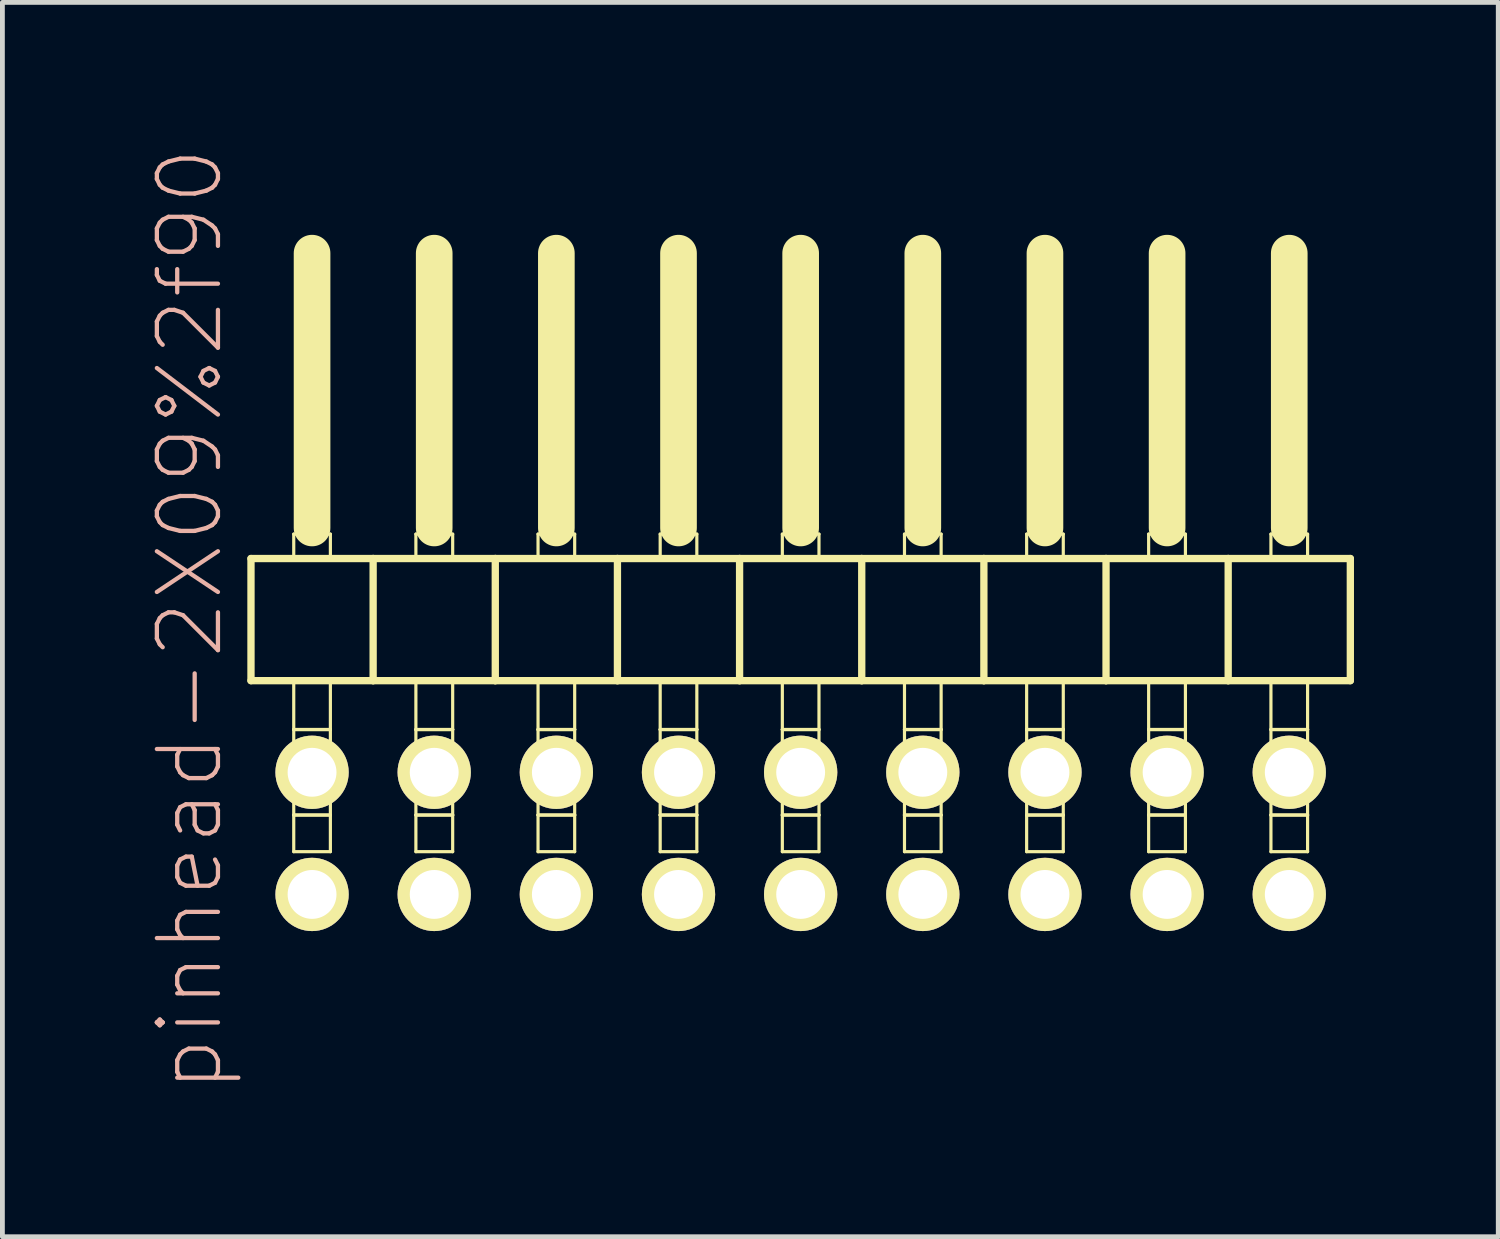
<source format=kicad_pcb>
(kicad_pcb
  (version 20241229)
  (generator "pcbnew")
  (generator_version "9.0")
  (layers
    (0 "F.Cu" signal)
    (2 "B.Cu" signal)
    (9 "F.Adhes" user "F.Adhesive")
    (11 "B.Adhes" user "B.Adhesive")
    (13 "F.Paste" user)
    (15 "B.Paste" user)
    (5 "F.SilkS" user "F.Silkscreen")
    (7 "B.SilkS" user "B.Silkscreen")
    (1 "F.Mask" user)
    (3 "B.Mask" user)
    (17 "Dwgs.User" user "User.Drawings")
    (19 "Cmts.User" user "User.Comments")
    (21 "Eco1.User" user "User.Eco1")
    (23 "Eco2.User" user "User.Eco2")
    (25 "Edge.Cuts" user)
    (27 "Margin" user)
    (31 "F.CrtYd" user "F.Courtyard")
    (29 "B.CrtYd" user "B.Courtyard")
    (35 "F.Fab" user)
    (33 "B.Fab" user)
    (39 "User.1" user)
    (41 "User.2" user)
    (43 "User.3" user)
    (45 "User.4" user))
  (footprint "pinhead-2X09%2f90"
    (layer "F.Cu")
    (at 13.599 9.199)
    (property "Reference" "pinhead-2X09%2f90" (at -12.7 0.635 90) (layer "B.SilkS") (effects (font (size 1.27 1.27) (thickness 0.089))))
    (attr exclude_from_pos_files exclude_from_bom)
    (fp_line (start -11.43 -0.635) (end -11.43 1.905) (stroke (width 0.152) (type solid)) (layer "F.SilkS"))
    (fp_line (start -11.43 1.905) (end -8.89 1.905) (stroke (width 0.152) (type solid)) (layer "F.SilkS"))
    (fp_line (start -10.541 -1.143) (end -9.779 -1.143) (stroke (width 0.066) (type solid)) (layer "F.SilkS"))
    (fp_line (start -10.541 -0.635) (end -10.541 -1.143) (stroke (width 0.066) (type solid)) (layer "F.SilkS"))
    (fp_line (start -10.541 -0.635) (end -9.779 -0.635) (stroke (width 0.066) (type solid)) (layer "F.SilkS"))
    (fp_line (start -10.541 1.905) (end -9.779 1.905) (stroke (width 0.066) (type solid)) (layer "F.SilkS"))
    (fp_line (start -10.541 2.921) (end -10.541 1.905) (stroke (width 0.066) (type solid)) (layer "F.SilkS"))
    (fp_line (start -10.541 2.921) (end -9.779 2.921) (stroke (width 0.066) (type solid)) (layer "F.SilkS"))
    (fp_line (start -10.541 2.921) (end -9.779 2.921) (stroke (width 0.066) (type solid)) (layer "F.SilkS"))
    (fp_line (start -10.541 4.699) (end -10.541 2.921) (stroke (width 0.066) (type solid)) (layer "F.SilkS"))
    (fp_line (start -10.541 4.699) (end -9.779 4.699) (stroke (width 0.066) (type solid)) (layer "F.SilkS"))
    (fp_line (start -10.541 4.699) (end -9.779 4.699) (stroke (width 0.066) (type solid)) (layer "F.SilkS"))
    (fp_line (start -10.541 5.461) (end -10.541 4.699) (stroke (width 0.066) (type solid)) (layer "F.SilkS"))
    (fp_line (start -10.541 5.461) (end -9.779 5.461) (stroke (width 0.066) (type solid)) (layer "F.SilkS"))
    (fp_line (start -10.16 -6.985) (end -10.16 -1.27) (stroke (width 0.762) (type solid)) (layer "F.SilkS"))
    (fp_line (start -9.779 -0.635) (end -9.779 -1.143) (stroke (width 0.066) (type solid)) (layer "F.SilkS"))
    (fp_line (start -9.779 2.921) (end -9.779 1.905) (stroke (width 0.066) (type solid)) (layer "F.SilkS"))
    (fp_line (start -9.779 4.699) (end -9.779 2.921) (stroke (width 0.066) (type solid)) (layer "F.SilkS"))
    (fp_line (start -9.779 5.461) (end -9.779 4.699) (stroke (width 0.066) (type solid)) (layer "F.SilkS"))
    (fp_line (start -8.89 -0.635) (end -11.43 -0.635) (stroke (width 0.152) (type solid)) (layer "F.SilkS"))
    (fp_line (start -8.89 1.905) (end -8.89 -0.635) (stroke (width 0.152) (type solid)) (layer "F.SilkS"))
    (fp_line (start -8.89 1.905) (end -6.35 1.905) (stroke (width 0.152) (type solid)) (layer "F.SilkS"))
    (fp_line (start -8.001 -1.143) (end -7.236 -1.143) (stroke (width 0.066) (type solid)) (layer "F.SilkS"))
    (fp_line (start -8.001 -0.635) (end -8.001 -1.143) (stroke (width 0.066) (type solid)) (layer "F.SilkS"))
    (fp_line (start -8.001 -0.635) (end -7.236 -0.635) (stroke (width 0.066) (type solid)) (layer "F.SilkS"))
    (fp_line (start -8.001 1.905) (end -7.236 1.905) (stroke (width 0.066) (type solid)) (layer "F.SilkS"))
    (fp_line (start -8.001 2.921) (end -8.001 1.905) (stroke (width 0.066) (type solid)) (layer "F.SilkS"))
    (fp_line (start -8.001 2.921) (end -7.236 2.921) (stroke (width 0.066) (type solid)) (layer "F.SilkS"))
    (fp_line (start -8.001 2.921) (end -7.236 2.921) (stroke (width 0.066) (type solid)) (layer "F.SilkS"))
    (fp_line (start -8.001 4.699) (end -8.001 2.921) (stroke (width 0.066) (type solid)) (layer "F.SilkS"))
    (fp_line (start -8.001 4.699) (end -7.236 4.699) (stroke (width 0.066) (type solid)) (layer "F.SilkS"))
    (fp_line (start -8.001 4.699) (end -7.236 4.699) (stroke (width 0.066) (type solid)) (layer "F.SilkS"))
    (fp_line (start -8.001 5.461) (end -8.001 4.699) (stroke (width 0.066) (type solid)) (layer "F.SilkS"))
    (fp_line (start -8.001 5.461) (end -7.236 5.461) (stroke (width 0.066) (type solid)) (layer "F.SilkS"))
    (fp_line (start -7.62 -6.985) (end -7.62 -1.27) (stroke (width 0.762) (type solid)) (layer "F.SilkS"))
    (fp_line (start -7.236 -0.635) (end -7.236 -1.143) (stroke (width 0.066) (type solid)) (layer "F.SilkS"))
    (fp_line (start -7.236 2.921) (end -7.236 1.905) (stroke (width 0.066) (type solid)) (layer "F.SilkS"))
    (fp_line (start -7.236 4.699) (end -7.236 2.921) (stroke (width 0.066) (type solid)) (layer "F.SilkS"))
    (fp_line (start -7.236 5.461) (end -7.236 4.699) (stroke (width 0.066) (type solid)) (layer "F.SilkS"))
    (fp_line (start -6.35 -0.635) (end -8.89 -0.635) (stroke (width 0.152) (type solid)) (layer "F.SilkS"))
    (fp_line (start -6.35 1.905) (end -6.35 -0.635) (stroke (width 0.152) (type solid)) (layer "F.SilkS"))
    (fp_line (start -6.35 1.905) (end -3.81 1.905) (stroke (width 0.152) (type solid)) (layer "F.SilkS"))
    (fp_line (start -5.461 -1.143) (end -4.699 -1.143) (stroke (width 0.066) (type solid)) (layer "F.SilkS"))
    (fp_line (start -5.461 -0.635) (end -5.461 -1.143) (stroke (width 0.066) (type solid)) (layer "F.SilkS"))
    (fp_line (start -5.461 -0.635) (end -4.699 -0.635) (stroke (width 0.066) (type solid)) (layer "F.SilkS"))
    (fp_line (start -5.461 1.905) (end -4.699 1.905) (stroke (width 0.066) (type solid)) (layer "F.SilkS"))
    (fp_line (start -5.461 2.921) (end -5.461 1.905) (stroke (width 0.066) (type solid)) (layer "F.SilkS"))
    (fp_line (start -5.461 2.921) (end -4.699 2.921) (stroke (width 0.066) (type solid)) (layer "F.SilkS"))
    (fp_line (start -5.461 2.921) (end -4.699 2.921) (stroke (width 0.066) (type solid)) (layer "F.SilkS"))
    (fp_line (start -5.461 4.699) (end -5.461 2.921) (stroke (width 0.066) (type solid)) (layer "F.SilkS"))
    (fp_line (start -5.461 4.699) (end -4.699 4.699) (stroke (width 0.066) (type solid)) (layer "F.SilkS"))
    (fp_line (start -5.461 4.699) (end -4.699 4.699) (stroke (width 0.066) (type solid)) (layer "F.SilkS"))
    (fp_line (start -5.461 5.461) (end -5.461 4.699) (stroke (width 0.066) (type solid)) (layer "F.SilkS"))
    (fp_line (start -5.461 5.461) (end -4.699 5.461) (stroke (width 0.066) (type solid)) (layer "F.SilkS"))
    (fp_line (start -5.08 -6.985) (end -5.08 -1.27) (stroke (width 0.762) (type solid)) (layer "F.SilkS"))
    (fp_line (start -4.699 -0.635) (end -4.699 -1.143) (stroke (width 0.066) (type solid)) (layer "F.SilkS"))
    (fp_line (start -4.699 2.921) (end -4.699 1.905) (stroke (width 0.066) (type solid)) (layer "F.SilkS"))
    (fp_line (start -4.699 4.699) (end -4.699 2.921) (stroke (width 0.066) (type solid)) (layer "F.SilkS"))
    (fp_line (start -4.699 5.461) (end -4.699 4.699) (stroke (width 0.066) (type solid)) (layer "F.SilkS"))
    (fp_line (start -3.81 -0.635) (end -6.35 -0.635) (stroke (width 0.152) (type solid)) (layer "F.SilkS"))
    (fp_line (start -3.81 1.905) (end -3.81 -0.635) (stroke (width 0.152) (type solid)) (layer "F.SilkS"))
    (fp_line (start -3.81 1.905) (end -1.27 1.905) (stroke (width 0.152) (type solid)) (layer "F.SilkS"))
    (fp_line (start -2.921 -1.143) (end -2.159 -1.143) (stroke (width 0.066) (type solid)) (layer "F.SilkS"))
    (fp_line (start -2.921 -0.635) (end -2.921 -1.143) (stroke (width 0.066) (type solid)) (layer "F.SilkS"))
    (fp_line (start -2.921 -0.635) (end -2.159 -0.635) (stroke (width 0.066) (type solid)) (layer "F.SilkS"))
    (fp_line (start -2.921 1.905) (end -2.159 1.905) (stroke (width 0.066) (type solid)) (layer "F.SilkS"))
    (fp_line (start -2.921 2.921) (end -2.921 1.905) (stroke (width 0.066) (type solid)) (layer "F.SilkS"))
    (fp_line (start -2.921 2.921) (end -2.159 2.921) (stroke (width 0.066) (type solid)) (layer "F.SilkS"))
    (fp_line (start -2.921 2.921) (end -2.159 2.921) (stroke (width 0.066) (type solid)) (layer "F.SilkS"))
    (fp_line (start -2.921 4.699) (end -2.921 2.921) (stroke (width 0.066) (type solid)) (layer "F.SilkS"))
    (fp_line (start -2.921 4.699) (end -2.159 4.699) (stroke (width 0.066) (type solid)) (layer "F.SilkS"))
    (fp_line (start -2.921 4.699) (end -2.159 4.699) (stroke (width 0.066) (type solid)) (layer "F.SilkS"))
    (fp_line (start -2.921 5.461) (end -2.921 4.699) (stroke (width 0.066) (type solid)) (layer "F.SilkS"))
    (fp_line (start -2.921 5.461) (end -2.159 5.461) (stroke (width 0.066) (type solid)) (layer "F.SilkS"))
    (fp_line (start -2.54 -6.985) (end -2.54 -1.27) (stroke (width 0.762) (type solid)) (layer "F.SilkS"))
    (fp_line (start -2.159 -0.635) (end -2.159 -1.143) (stroke (width 0.066) (type solid)) (layer "F.SilkS"))
    (fp_line (start -2.159 2.921) (end -2.159 1.905) (stroke (width 0.066) (type solid)) (layer "F.SilkS"))
    (fp_line (start -2.159 4.699) (end -2.159 2.921) (stroke (width 0.066) (type solid)) (layer "F.SilkS"))
    (fp_line (start -2.159 5.461) (end -2.159 4.699) (stroke (width 0.066) (type solid)) (layer "F.SilkS"))
    (fp_line (start -1.27 -0.635) (end -3.81 -0.635) (stroke (width 0.152) (type solid)) (layer "F.SilkS"))
    (fp_line (start -1.27 1.905) (end -1.27 -0.635) (stroke (width 0.152) (type solid)) (layer "F.SilkS"))
    (fp_line (start -1.27 1.905) (end 1.27 1.905) (stroke (width 0.152) (type solid)) (layer "F.SilkS"))
    (fp_line (start -0.381 -1.143) (end 0.381 -1.143) (stroke (width 0.066) (type solid)) (layer "F.SilkS"))
    (fp_line (start -0.381 -0.635) (end -0.381 -1.143) (stroke (width 0.066) (type solid)) (layer "F.SilkS"))
    (fp_line (start -0.381 -0.635) (end 0.381 -0.635) (stroke (width 0.066) (type solid)) (layer "F.SilkS"))
    (fp_line (start -0.381 1.905) (end 0.381 1.905) (stroke (width 0.066) (type solid)) (layer "F.SilkS"))
    (fp_line (start -0.381 2.921) (end -0.381 1.905) (stroke (width 0.066) (type solid)) (layer "F.SilkS"))
    (fp_line (start -0.381 2.921) (end 0.381 2.921) (stroke (width 0.066) (type solid)) (layer "F.SilkS"))
    (fp_line (start -0.381 2.921) (end 0.381 2.921) (stroke (width 0.066) (type solid)) (layer "F.SilkS"))
    (fp_line (start -0.381 4.699) (end -0.381 2.921) (stroke (width 0.066) (type solid)) (layer "F.SilkS"))
    (fp_line (start -0.381 4.699) (end 0.381 4.699) (stroke (width 0.066) (type solid)) (layer "F.SilkS"))
    (fp_line (start -0.381 4.699) (end 0.381 4.699) (stroke (width 0.066) (type solid)) (layer "F.SilkS"))
    (fp_line (start -0.381 5.461) (end -0.381 4.699) (stroke (width 0.066) (type solid)) (layer "F.SilkS"))
    (fp_line (start -0.381 5.461) (end 0.381 5.461) (stroke (width 0.066) (type solid)) (layer "F.SilkS"))
    (fp_line (start 0 -6.985) (end 0 -1.27) (stroke (width 0.762) (type solid)) (layer "F.SilkS"))
    (fp_line (start 0.381 -0.635) (end 0.381 -1.143) (stroke (width 0.066) (type solid)) (layer "F.SilkS"))
    (fp_line (start 0.381 2.921) (end 0.381 1.905) (stroke (width 0.066) (type solid)) (layer "F.SilkS"))
    (fp_line (start 0.381 4.699) (end 0.381 2.921) (stroke (width 0.066) (type solid)) (layer "F.SilkS"))
    (fp_line (start 0.381 5.461) (end 0.381 4.699) (stroke (width 0.066) (type solid)) (layer "F.SilkS"))
    (fp_line (start 1.27 -0.635) (end -1.27 -0.635) (stroke (width 0.152) (type solid)) (layer "F.SilkS"))
    (fp_line (start 1.27 1.905) (end 1.27 -0.635) (stroke (width 0.152) (type solid)) (layer "F.SilkS"))
    (fp_line (start 1.27 1.905) (end 3.81 1.905) (stroke (width 0.152) (type solid)) (layer "F.SilkS"))
    (fp_line (start 2.159 -1.143) (end 2.921 -1.143) (stroke (width 0.066) (type solid)) (layer "F.SilkS"))
    (fp_line (start 2.159 -0.635) (end 2.159 -1.143) (stroke (width 0.066) (type solid)) (layer "F.SilkS"))
    (fp_line (start 2.159 -0.635) (end 2.921 -0.635) (stroke (width 0.066) (type solid)) (layer "F.SilkS"))
    (fp_line (start 2.159 1.905) (end 2.921 1.905) (stroke (width 0.066) (type solid)) (layer "F.SilkS"))
    (fp_line (start 2.159 2.921) (end 2.159 1.905) (stroke (width 0.066) (type solid)) (layer "F.SilkS"))
    (fp_line (start 2.159 2.921) (end 2.921 2.921) (stroke (width 0.066) (type solid)) (layer "F.SilkS"))
    (fp_line (start 2.159 2.921) (end 2.921 2.921) (stroke (width 0.066) (type solid)) (layer "F.SilkS"))
    (fp_line (start 2.159 4.699) (end 2.159 2.921) (stroke (width 0.066) (type solid)) (layer "F.SilkS"))
    (fp_line (start 2.159 4.699) (end 2.921 4.699) (stroke (width 0.066) (type solid)) (layer "F.SilkS"))
    (fp_line (start 2.159 4.699) (end 2.921 4.699) (stroke (width 0.066) (type solid)) (layer "F.SilkS"))
    (fp_line (start 2.159 5.461) (end 2.159 4.699) (stroke (width 0.066) (type solid)) (layer "F.SilkS"))
    (fp_line (start 2.159 5.461) (end 2.921 5.461) (stroke (width 0.066) (type solid)) (layer "F.SilkS"))
    (fp_line (start 2.54 -6.985) (end 2.54 -1.27) (stroke (width 0.762) (type solid)) (layer "F.SilkS"))
    (fp_line (start 2.921 -0.635) (end 2.921 -1.143) (stroke (width 0.066) (type solid)) (layer "F.SilkS"))
    (fp_line (start 2.921 2.921) (end 2.921 1.905) (stroke (width 0.066) (type solid)) (layer "F.SilkS"))
    (fp_line (start 2.921 4.699) (end 2.921 2.921) (stroke (width 0.066) (type solid)) (layer "F.SilkS"))
    (fp_line (start 2.921 5.461) (end 2.921 4.699) (stroke (width 0.066) (type solid)) (layer "F.SilkS"))
    (fp_line (start 3.81 -0.635) (end 1.27 -0.635) (stroke (width 0.152) (type solid)) (layer "F.SilkS"))
    (fp_line (start 3.81 1.905) (end 3.81 -0.635) (stroke (width 0.152) (type solid)) (layer "F.SilkS"))
    (fp_line (start 3.81 1.905) (end 6.35 1.905) (stroke (width 0.152) (type solid)) (layer "F.SilkS"))
    (fp_line (start 4.699 -1.143) (end 5.461 -1.143) (stroke (width 0.066) (type solid)) (layer "F.SilkS"))
    (fp_line (start 4.699 -0.635) (end 4.699 -1.143) (stroke (width 0.066) (type solid)) (layer "F.SilkS"))
    (fp_line (start 4.699 -0.635) (end 5.461 -0.635) (stroke (width 0.066) (type solid)) (layer "F.SilkS"))
    (fp_line (start 4.699 1.905) (end 5.461 1.905) (stroke (width 0.066) (type solid)) (layer "F.SilkS"))
    (fp_line (start 4.699 2.921) (end 4.699 1.905) (stroke (width 0.066) (type solid)) (layer "F.SilkS"))
    (fp_line (start 4.699 2.921) (end 5.461 2.921) (stroke (width 0.066) (type solid)) (layer "F.SilkS"))
    (fp_line (start 4.699 2.921) (end 5.461 2.921) (stroke (width 0.066) (type solid)) (layer "F.SilkS"))
    (fp_line (start 4.699 4.699) (end 4.699 2.921) (stroke (width 0.066) (type solid)) (layer "F.SilkS"))
    (fp_line (start 4.699 4.699) (end 5.461 4.699) (stroke (width 0.066) (type solid)) (layer "F.SilkS"))
    (fp_line (start 4.699 4.699) (end 5.461 4.699) (stroke (width 0.066) (type solid)) (layer "F.SilkS"))
    (fp_line (start 4.699 5.461) (end 4.699 4.699) (stroke (width 0.066) (type solid)) (layer "F.SilkS"))
    (fp_line (start 4.699 5.461) (end 5.461 5.461) (stroke (width 0.066) (type solid)) (layer "F.SilkS"))
    (fp_line (start 5.08 -6.985) (end 5.08 -1.27) (stroke (width 0.762) (type solid)) (layer "F.SilkS"))
    (fp_line (start 5.461 -0.635) (end 5.461 -1.143) (stroke (width 0.066) (type solid)) (layer "F.SilkS"))
    (fp_line (start 5.461 2.921) (end 5.461 1.905) (stroke (width 0.066) (type solid)) (layer "F.SilkS"))
    (fp_line (start 5.461 4.699) (end 5.461 2.921) (stroke (width 0.066) (type solid)) (layer "F.SilkS"))
    (fp_line (start 5.461 5.461) (end 5.461 4.699) (stroke (width 0.066) (type solid)) (layer "F.SilkS"))
    (fp_line (start 6.35 -0.635) (end 3.81 -0.635) (stroke (width 0.152) (type solid)) (layer "F.SilkS"))
    (fp_line (start 6.35 1.905) (end 6.35 -0.635) (stroke (width 0.152) (type solid)) (layer "F.SilkS"))
    (fp_line (start 6.35 1.905) (end 8.89 1.905) (stroke (width 0.152) (type solid)) (layer "F.SilkS"))
    (fp_line (start 7.236 -1.143) (end 8.001 -1.143) (stroke (width 0.066) (type solid)) (layer "F.SilkS"))
    (fp_line (start 7.236 -0.635) (end 7.236 -1.143) (stroke (width 0.066) (type solid)) (layer "F.SilkS"))
    (fp_line (start 7.236 -0.635) (end 8.001 -0.635) (stroke (width 0.066) (type solid)) (layer "F.SilkS"))
    (fp_line (start 7.236 1.905) (end 8.001 1.905) (stroke (width 0.066) (type solid)) (layer "F.SilkS"))
    (fp_line (start 7.236 2.921) (end 7.236 1.905) (stroke (width 0.066) (type solid)) (layer "F.SilkS"))
    (fp_line (start 7.236 2.921) (end 8.001 2.921) (stroke (width 0.066) (type solid)) (layer "F.SilkS"))
    (fp_line (start 7.236 2.921) (end 8.001 2.921) (stroke (width 0.066) (type solid)) (layer "F.SilkS"))
    (fp_line (start 7.236 4.699) (end 7.236 2.921) (stroke (width 0.066) (type solid)) (layer "F.SilkS"))
    (fp_line (start 7.236 4.699) (end 8.001 4.699) (stroke (width 0.066) (type solid)) (layer "F.SilkS"))
    (fp_line (start 7.236 4.699) (end 8.001 4.699) (stroke (width 0.066) (type solid)) (layer "F.SilkS"))
    (fp_line (start 7.236 5.461) (end 7.236 4.699) (stroke (width 0.066) (type solid)) (layer "F.SilkS"))
    (fp_line (start 7.236 5.461) (end 8.001 5.461) (stroke (width 0.066) (type solid)) (layer "F.SilkS"))
    (fp_line (start 7.62 -6.985) (end 7.62 -1.27) (stroke (width 0.762) (type solid)) (layer "F.SilkS"))
    (fp_line (start 8.001 -0.635) (end 8.001 -1.143) (stroke (width 0.066) (type solid)) (layer "F.SilkS"))
    (fp_line (start 8.001 2.921) (end 8.001 1.905) (stroke (width 0.066) (type solid)) (layer "F.SilkS"))
    (fp_line (start 8.001 4.699) (end 8.001 2.921) (stroke (width 0.066) (type solid)) (layer "F.SilkS"))
    (fp_line (start 8.001 5.461) (end 8.001 4.699) (stroke (width 0.066) (type solid)) (layer "F.SilkS"))
    (fp_line (start 8.89 -0.635) (end 6.35 -0.635) (stroke (width 0.152) (type solid)) (layer "F.SilkS"))
    (fp_line (start 8.89 1.905) (end 8.89 -0.635) (stroke (width 0.152) (type solid)) (layer "F.SilkS"))
    (fp_line (start 8.89 1.905) (end 11.43 1.905) (stroke (width 0.152) (type solid)) (layer "F.SilkS"))
    (fp_line (start 9.779 -1.143) (end 10.541 -1.143) (stroke (width 0.066) (type solid)) (layer "F.SilkS"))
    (fp_line (start 9.779 -0.635) (end 9.779 -1.143) (stroke (width 0.066) (type solid)) (layer "F.SilkS"))
    (fp_line (start 9.779 -0.635) (end 10.541 -0.635) (stroke (width 0.066) (type solid)) (layer "F.SilkS"))
    (fp_line (start 9.779 1.905) (end 10.541 1.905) (stroke (width 0.066) (type solid)) (layer "F.SilkS"))
    (fp_line (start 9.779 2.921) (end 9.779 1.905) (stroke (width 0.066) (type solid)) (layer "F.SilkS"))
    (fp_line (start 9.779 2.921) (end 10.541 2.921) (stroke (width 0.066) (type solid)) (layer "F.SilkS"))
    (fp_line (start 9.779 2.921) (end 10.541 2.921) (stroke (width 0.066) (type solid)) (layer "F.SilkS"))
    (fp_line (start 9.779 4.699) (end 9.779 2.921) (stroke (width 0.066) (type solid)) (layer "F.SilkS"))
    (fp_line (start 9.779 4.699) (end 10.541 4.699) (stroke (width 0.066) (type solid)) (layer "F.SilkS"))
    (fp_line (start 9.779 4.699) (end 10.541 4.699) (stroke (width 0.066) (type solid)) (layer "F.SilkS"))
    (fp_line (start 9.779 5.461) (end 9.779 4.699) (stroke (width 0.066) (type solid)) (layer "F.SilkS"))
    (fp_line (start 9.779 5.461) (end 10.541 5.461) (stroke (width 0.066) (type solid)) (layer "F.SilkS"))
    (fp_line (start 10.16 -6.985) (end 10.16 -1.27) (stroke (width 0.762) (type solid)) (layer "F.SilkS"))
    (fp_line (start 10.541 -0.635) (end 10.541 -1.143) (stroke (width 0.066) (type solid)) (layer "F.SilkS"))
    (fp_line (start 10.541 2.921) (end 10.541 1.905) (stroke (width 0.066) (type solid)) (layer "F.SilkS"))
    (fp_line (start 10.541 4.699) (end 10.541 2.921) (stroke (width 0.066) (type solid)) (layer "F.SilkS"))
    (fp_line (start 10.541 5.461) (end 10.541 4.699) (stroke (width 0.066) (type solid)) (layer "F.SilkS"))
    (fp_line (start 11.43 -0.635) (end 8.89 -0.635) (stroke (width 0.152) (type solid)) (layer "F.SilkS"))
    (fp_line (start 11.43 1.905) (end 11.43 -0.635) (stroke (width 0.152) (type solid)) (layer "F.SilkS"))
    (pad "1" thru_hole circle (at -10.16 6.35) (size 1.524 1.524) (drill 1.016) (layers "*.Cu" "F.Mask" "F.SilkS" "F.Paste"))
    (pad "2" thru_hole circle (at -10.16 3.81) (size 1.524 1.524) (drill 1.016) (layers "*.Cu" "F.Mask" "F.SilkS" "F.Paste"))
    (pad "3" thru_hole circle (at -7.62 6.35) (size 1.524 1.524) (drill 1.016) (layers "*.Cu" "F.Mask" "F.SilkS" "F.Paste"))
    (pad "4" thru_hole circle (at -7.62 3.81) (size 1.524 1.524) (drill 1.016) (layers "*.Cu" "F.Mask" "F.SilkS" "F.Paste"))
    (pad "5" thru_hole circle (at -5.08 6.35) (size 1.524 1.524) (drill 1.016) (layers "*.Cu" "F.Mask" "F.SilkS" "F.Paste"))
    (pad "6" thru_hole circle (at -5.08 3.81) (size 1.524 1.524) (drill 1.016) (layers "*.Cu" "F.Mask" "F.SilkS" "F.Paste"))
    (pad "7" thru_hole circle (at -2.54 6.35) (size 1.524 1.524) (drill 1.016) (layers "*.Cu" "F.Mask" "F.SilkS" "F.Paste"))
    (pad "8" thru_hole circle (at -2.54 3.81) (size 1.524 1.524) (drill 1.016) (layers "*.Cu" "F.Mask" "F.SilkS" "F.Paste"))
    (pad "9" thru_hole circle (at 0 6.35) (size 1.524 1.524) (drill 1.016) (layers "*.Cu" "F.Mask" "F.SilkS" "F.Paste"))
    (pad "10" thru_hole circle (at 0 3.81) (size 1.524 1.524) (drill 1.016) (layers "*.Cu" "F.Mask" "F.SilkS" "F.Paste"))
    (pad "11" thru_hole circle (at 2.54 6.35) (size 1.524 1.524) (drill 1.016) (layers "*.Cu" "F.Mask" "F.SilkS" "F.Paste"))
    (pad "12" thru_hole circle (at 2.54 3.81) (size 1.524 1.524) (drill 1.016) (layers "*.Cu" "F.Mask" "F.SilkS" "F.Paste"))
    (pad "13" thru_hole circle (at 5.08 6.35) (size 1.524 1.524) (drill 1.016) (layers "*.Cu" "F.Mask" "F.SilkS" "F.Paste"))
    (pad "14" thru_hole circle (at 5.08 3.81) (size 1.524 1.524) (drill 1.016) (layers "*.Cu" "F.Mask" "F.SilkS" "F.Paste"))
    (pad "15" thru_hole circle (at 7.62 6.35) (size 1.524 1.524) (drill 1.016) (layers "*.Cu" "F.Mask" "F.SilkS" "F.Paste"))
    (pad "16" thru_hole circle (at 7.62 3.81) (size 1.524 1.524) (drill 1.016) (layers "*.Cu" "F.Mask" "F.SilkS" "F.Paste"))
    (pad "17" thru_hole circle (at 10.16 6.35) (size 1.524 1.524) (drill 1.016) (layers "*.Cu" "F.Mask" "F.SilkS" "F.Paste"))
    (pad "18" thru_hole circle (at 10.16 3.81) (size 1.524 1.524) (drill 1.016) (layers "*.Cu" "F.Mask" "F.SilkS" "F.Paste")))
  (gr_rect
    (start -3 -3)
    (end 28.105 22.667)
    (stroke (width 0.1) (type default))
    (fill no)
    (layer "Edge.Cuts")))
</source>
